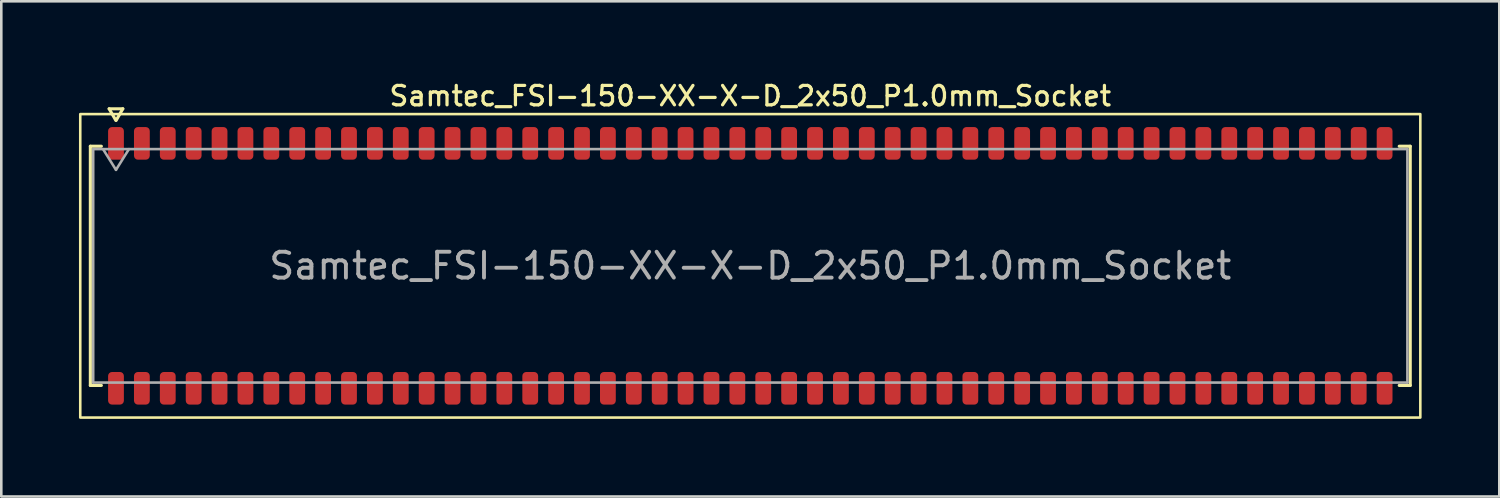
<source format=kicad_pcb>
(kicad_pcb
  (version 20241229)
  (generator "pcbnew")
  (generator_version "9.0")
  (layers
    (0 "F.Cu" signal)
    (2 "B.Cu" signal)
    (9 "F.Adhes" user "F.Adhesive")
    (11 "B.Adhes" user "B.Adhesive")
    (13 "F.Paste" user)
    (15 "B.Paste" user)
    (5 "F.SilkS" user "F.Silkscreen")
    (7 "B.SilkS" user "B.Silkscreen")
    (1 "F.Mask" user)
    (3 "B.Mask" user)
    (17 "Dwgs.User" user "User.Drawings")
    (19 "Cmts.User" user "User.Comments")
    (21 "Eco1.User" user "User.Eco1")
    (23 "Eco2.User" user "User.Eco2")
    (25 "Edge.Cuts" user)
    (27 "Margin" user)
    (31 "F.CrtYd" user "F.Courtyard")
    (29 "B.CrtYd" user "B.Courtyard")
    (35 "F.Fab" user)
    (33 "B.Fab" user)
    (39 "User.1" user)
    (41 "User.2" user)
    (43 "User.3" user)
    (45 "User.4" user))
  (footprint "Samtec_FSI-150-XX-X-D_2x50_P1.0mm_Socket"
    (layer "F.Cu")
    (at 25.93 7.218)
    (property "Reference" "Samtec_FSI-150-XX-X-D_2x50_P1.0mm_Socket" (at 0 -6.56 0) (layer "F.SilkS") (effects (font (size 0.75 0.75) (thickness 0.125))))
    (attr smd)
    (fp_line (start -25.49 -4.619) (end -25.065 -4.619) (stroke (width 0.12) (type solid)) (layer "F.SilkS"))
    (fp_line (start -25.49 4.619) (end -25.49 -4.619) (stroke (width 0.12) (type solid)) (layer "F.SilkS"))
    (fp_line (start -25.065 4.619) (end -25.49 4.619) (stroke (width 0.12) (type solid)) (layer "F.SilkS"))
    (fp_line (start -24.764 -6.066) (end -24.507 -5.62) (stroke (width 0.12) (type solid)) (layer "F.SilkS"))
    (fp_line (start -24.493 -5.62) (end -24.236 -6.066) (stroke (width 0.12) (type solid)) (layer "F.SilkS"))
    (fp_line (start -24.236 -6.066) (end -24.764 -6.066) (stroke (width 0.12) (type solid)) (layer "F.SilkS"))
    (fp_line (start 25.065 -4.619) (end 25.49 -4.619) (stroke (width 0.12) (type solid)) (layer "F.SilkS"))
    (fp_line (start 25.49 -4.619) (end 25.49 4.619) (stroke (width 0.12) (type solid)) (layer "F.SilkS"))
    (fp_line (start 25.49 4.619) (end 25.065 4.619) (stroke (width 0.12) (type solid)) (layer "F.SilkS"))
    (fp_rect (start -25.88 -5.86) (end 25.88 5.86) (stroke (width 0.1) (type solid)) (fill no) (layer "F.SilkS"))
    (fp_line (start -25.38 -4.508) (end 25.38 -4.508) (stroke (width 0.1) (type solid)) (layer "F.Fab"))
    (fp_line (start -25.38 4.508) (end -25.38 -4.508) (stroke (width 0.1) (type solid)) (layer "F.Fab"))
    (fp_line (start -25 -4.508) (end -24.5 -3.708) (stroke (width 0.1) (type solid)) (layer "F.Fab"))
    (fp_line (start -24.5 -3.708) (end -24 -4.508) (stroke (width 0.1) (type solid)) (layer "F.Fab"))
    (fp_line (start 25.38 -4.508) (end 25.38 4.508) (stroke (width 0.1) (type solid)) (layer "F.Fab"))
    (fp_line (start 25.38 4.508) (end -25.38 4.508) (stroke (width 0.1) (type solid)) (layer "F.Fab"))
    (fp_text user "${REFERENCE}" (at 0 0 0) (layer "F.Fab") (effects (font (size 1 1) (thickness 0.15))))
    (pad "1" smd roundrect (at -24.5 -4.73) (size 0.61 1.26) (layers "F.Cu" "F.Mask" "F.Paste") (roundrect_rratio 0.25))
    (pad "2" smd roundrect (at -24.5 4.73) (size 0.61 1.26) (layers "F.Cu" "F.Mask" "F.Paste") (roundrect_rratio 0.25))
    (pad "3" smd roundrect (at -23.5 -4.73) (size 0.61 1.26) (layers "F.Cu" "F.Mask" "F.Paste") (roundrect_rratio 0.25))
    (pad "4" smd roundrect (at -23.5 4.73) (size 0.61 1.26) (layers "F.Cu" "F.Mask" "F.Paste") (roundrect_rratio 0.25))
    (pad "5" smd roundrect (at -22.5 -4.73) (size 0.61 1.26) (layers "F.Cu" "F.Mask" "F.Paste") (roundrect_rratio 0.25))
    (pad "6" smd roundrect (at -22.5 4.73) (size 0.61 1.26) (layers "F.Cu" "F.Mask" "F.Paste") (roundrect_rratio 0.25))
    (pad "7" smd roundrect (at -21.5 -4.73) (size 0.61 1.26) (layers "F.Cu" "F.Mask" "F.Paste") (roundrect_rratio 0.25))
    (pad "8" smd roundrect (at -21.5 4.73) (size 0.61 1.26) (layers "F.Cu" "F.Mask" "F.Paste") (roundrect_rratio 0.25))
    (pad "9" smd roundrect (at -20.5 -4.73) (size 0.61 1.26) (layers "F.Cu" "F.Mask" "F.Paste") (roundrect_rratio 0.25))
    (pad "10" smd roundrect (at -20.5 4.73) (size 0.61 1.26) (layers "F.Cu" "F.Mask" "F.Paste") (roundrect_rratio 0.25))
    (pad "11" smd roundrect (at -19.5 -4.73) (size 0.61 1.26) (layers "F.Cu" "F.Mask" "F.Paste") (roundrect_rratio 0.25))
    (pad "12" smd roundrect (at -19.5 4.73) (size 0.61 1.26) (layers "F.Cu" "F.Mask" "F.Paste") (roundrect_rratio 0.25))
    (pad "13" smd roundrect (at -18.5 -4.73) (size 0.61 1.26) (layers "F.Cu" "F.Mask" "F.Paste") (roundrect_rratio 0.25))
    (pad "14" smd roundrect (at -18.5 4.73) (size 0.61 1.26) (layers "F.Cu" "F.Mask" "F.Paste") (roundrect_rratio 0.25))
    (pad "15" smd roundrect (at -17.5 -4.73) (size 0.61 1.26) (layers "F.Cu" "F.Mask" "F.Paste") (roundrect_rratio 0.25))
    (pad "16" smd roundrect (at -17.5 4.73) (size 0.61 1.26) (layers "F.Cu" "F.Mask" "F.Paste") (roundrect_rratio 0.25))
    (pad "17" smd roundrect (at -16.5 -4.73) (size 0.61 1.26) (layers "F.Cu" "F.Mask" "F.Paste") (roundrect_rratio 0.25))
    (pad "18" smd roundrect (at -16.5 4.73) (size 0.61 1.26) (layers "F.Cu" "F.Mask" "F.Paste") (roundrect_rratio 0.25))
    (pad "19" smd roundrect (at -15.5 -4.73) (size 0.61 1.26) (layers "F.Cu" "F.Mask" "F.Paste") (roundrect_rratio 0.25))
    (pad "20" smd roundrect (at -15.5 4.73) (size 0.61 1.26) (layers "F.Cu" "F.Mask" "F.Paste") (roundrect_rratio 0.25))
    (pad "21" smd roundrect (at -14.5 -4.73) (size 0.61 1.26) (layers "F.Cu" "F.Mask" "F.Paste") (roundrect_rratio 0.25))
    (pad "22" smd roundrect (at -14.5 4.73) (size 0.61 1.26) (layers "F.Cu" "F.Mask" "F.Paste") (roundrect_rratio 0.25))
    (pad "23" smd roundrect (at -13.5 -4.73) (size 0.61 1.26) (layers "F.Cu" "F.Mask" "F.Paste") (roundrect_rratio 0.25))
    (pad "24" smd roundrect (at -13.5 4.73) (size 0.61 1.26) (layers "F.Cu" "F.Mask" "F.Paste") (roundrect_rratio 0.25))
    (pad "25" smd roundrect (at -12.5 -4.73) (size 0.61 1.26) (layers "F.Cu" "F.Mask" "F.Paste") (roundrect_rratio 0.25))
    (pad "26" smd roundrect (at -12.5 4.73) (size 0.61 1.26) (layers "F.Cu" "F.Mask" "F.Paste") (roundrect_rratio 0.25))
    (pad "27" smd roundrect (at -11.5 -4.73) (size 0.61 1.26) (layers "F.Cu" "F.Mask" "F.Paste") (roundrect_rratio 0.25))
    (pad "28" smd roundrect (at -11.5 4.73) (size 0.61 1.26) (layers "F.Cu" "F.Mask" "F.Paste") (roundrect_rratio 0.25))
    (pad "29" smd roundrect (at -10.5 -4.73) (size 0.61 1.26) (layers "F.Cu" "F.Mask" "F.Paste") (roundrect_rratio 0.25))
    (pad "30" smd roundrect (at -10.5 4.73) (size 0.61 1.26) (layers "F.Cu" "F.Mask" "F.Paste") (roundrect_rratio 0.25))
    (pad "31" smd roundrect (at -9.5 -4.73) (size 0.61 1.26) (layers "F.Cu" "F.Mask" "F.Paste") (roundrect_rratio 0.25))
    (pad "32" smd roundrect (at -9.5 4.73) (size 0.61 1.26) (layers "F.Cu" "F.Mask" "F.Paste") (roundrect_rratio 0.25))
    (pad "33" smd roundrect (at -8.5 -4.73) (size 0.61 1.26) (layers "F.Cu" "F.Mask" "F.Paste") (roundrect_rratio 0.25))
    (pad "34" smd roundrect (at -8.5 4.73) (size 0.61 1.26) (layers "F.Cu" "F.Mask" "F.Paste") (roundrect_rratio 0.25))
    (pad "35" smd roundrect (at -7.5 -4.73) (size 0.61 1.26) (layers "F.Cu" "F.Mask" "F.Paste") (roundrect_rratio 0.25))
    (pad "36" smd roundrect (at -7.5 4.73) (size 0.61 1.26) (layers "F.Cu" "F.Mask" "F.Paste") (roundrect_rratio 0.25))
    (pad "37" smd roundrect (at -6.5 -4.73) (size 0.61 1.26) (layers "F.Cu" "F.Mask" "F.Paste") (roundrect_rratio 0.25))
    (pad "38" smd roundrect (at -6.5 4.73) (size 0.61 1.26) (layers "F.Cu" "F.Mask" "F.Paste") (roundrect_rratio 0.25))
    (pad "39" smd roundrect (at -5.5 -4.73) (size 0.61 1.26) (layers "F.Cu" "F.Mask" "F.Paste") (roundrect_rratio 0.25))
    (pad "40" smd roundrect (at -5.5 4.73) (size 0.61 1.26) (layers "F.Cu" "F.Mask" "F.Paste") (roundrect_rratio 0.25))
    (pad "41" smd roundrect (at -4.5 -4.73) (size 0.61 1.26) (layers "F.Cu" "F.Mask" "F.Paste") (roundrect_rratio 0.25))
    (pad "42" smd roundrect (at -4.5 4.73) (size 0.61 1.26) (layers "F.Cu" "F.Mask" "F.Paste") (roundrect_rratio 0.25))
    (pad "43" smd roundrect (at -3.5 -4.73) (size 0.61 1.26) (layers "F.Cu" "F.Mask" "F.Paste") (roundrect_rratio 0.25))
    (pad "44" smd roundrect (at -3.5 4.73) (size 0.61 1.26) (layers "F.Cu" "F.Mask" "F.Paste") (roundrect_rratio 0.25))
    (pad "45" smd roundrect (at -2.5 -4.73) (size 0.61 1.26) (layers "F.Cu" "F.Mask" "F.Paste") (roundrect_rratio 0.25))
    (pad "46" smd roundrect (at -2.5 4.73) (size 0.61 1.26) (layers "F.Cu" "F.Mask" "F.Paste") (roundrect_rratio 0.25))
    (pad "47" smd roundrect (at -1.5 -4.73) (size 0.61 1.26) (layers "F.Cu" "F.Mask" "F.Paste") (roundrect_rratio 0.25))
    (pad "48" smd roundrect (at -1.5 4.73) (size 0.61 1.26) (layers "F.Cu" "F.Mask" "F.Paste") (roundrect_rratio 0.25))
    (pad "49" smd roundrect (at -0.5 -4.73) (size 0.61 1.26) (layers "F.Cu" "F.Mask" "F.Paste") (roundrect_rratio 0.25))
    (pad "50" smd roundrect (at -0.5 4.73) (size 0.61 1.26) (layers "F.Cu" "F.Mask" "F.Paste") (roundrect_rratio 0.25))
    (pad "51" smd roundrect (at 0.5 -4.73) (size 0.61 1.26) (layers "F.Cu" "F.Mask" "F.Paste") (roundrect_rratio 0.25))
    (pad "52" smd roundrect (at 0.5 4.73) (size 0.61 1.26) (layers "F.Cu" "F.Mask" "F.Paste") (roundrect_rratio 0.25))
    (pad "53" smd roundrect (at 1.5 -4.73) (size 0.61 1.26) (layers "F.Cu" "F.Mask" "F.Paste") (roundrect_rratio 0.25))
    (pad "54" smd roundrect (at 1.5 4.73) (size 0.61 1.26) (layers "F.Cu" "F.Mask" "F.Paste") (roundrect_rratio 0.25))
    (pad "55" smd roundrect (at 2.5 -4.73) (size 0.61 1.26) (layers "F.Cu" "F.Mask" "F.Paste") (roundrect_rratio 0.25))
    (pad "56" smd roundrect (at 2.5 4.73) (size 0.61 1.26) (layers "F.Cu" "F.Mask" "F.Paste") (roundrect_rratio 0.25))
    (pad "57" smd roundrect (at 3.5 -4.73) (size 0.61 1.26) (layers "F.Cu" "F.Mask" "F.Paste") (roundrect_rratio 0.25))
    (pad "58" smd roundrect (at 3.5 4.73) (size 0.61 1.26) (layers "F.Cu" "F.Mask" "F.Paste") (roundrect_rratio 0.25))
    (pad "59" smd roundrect (at 4.5 -4.73) (size 0.61 1.26) (layers "F.Cu" "F.Mask" "F.Paste") (roundrect_rratio 0.25))
    (pad "60" smd roundrect (at 4.5 4.73) (size 0.61 1.26) (layers "F.Cu" "F.Mask" "F.Paste") (roundrect_rratio 0.25))
    (pad "61" smd roundrect (at 5.5 -4.73) (size 0.61 1.26) (layers "F.Cu" "F.Mask" "F.Paste") (roundrect_rratio 0.25))
    (pad "62" smd roundrect (at 5.5 4.73) (size 0.61 1.26) (layers "F.Cu" "F.Mask" "F.Paste") (roundrect_rratio 0.25))
    (pad "63" smd roundrect (at 6.5 -4.73) (size 0.61 1.26) (layers "F.Cu" "F.Mask" "F.Paste") (roundrect_rratio 0.25))
    (pad "64" smd roundrect (at 6.5 4.73) (size 0.61 1.26) (layers "F.Cu" "F.Mask" "F.Paste") (roundrect_rratio 0.25))
    (pad "65" smd roundrect (at 7.5 -4.73) (size 0.61 1.26) (layers "F.Cu" "F.Mask" "F.Paste") (roundrect_rratio 0.25))
    (pad "66" smd roundrect (at 7.5 4.73) (size 0.61 1.26) (layers "F.Cu" "F.Mask" "F.Paste") (roundrect_rratio 0.25))
    (pad "67" smd roundrect (at 8.5 -4.73) (size 0.61 1.26) (layers "F.Cu" "F.Mask" "F.Paste") (roundrect_rratio 0.25))
    (pad "68" smd roundrect (at 8.5 4.73) (size 0.61 1.26) (layers "F.Cu" "F.Mask" "F.Paste") (roundrect_rratio 0.25))
    (pad "69" smd roundrect (at 9.5 -4.73) (size 0.61 1.26) (layers "F.Cu" "F.Mask" "F.Paste") (roundrect_rratio 0.25))
    (pad "70" smd roundrect (at 9.5 4.73) (size 0.61 1.26) (layers "F.Cu" "F.Mask" "F.Paste") (roundrect_rratio 0.25))
    (pad "71" smd roundrect (at 10.5 -4.73) (size 0.61 1.26) (layers "F.Cu" "F.Mask" "F.Paste") (roundrect_rratio 0.25))
    (pad "72" smd roundrect (at 10.5 4.73) (size 0.61 1.26) (layers "F.Cu" "F.Mask" "F.Paste") (roundrect_rratio 0.25))
    (pad "73" smd roundrect (at 11.5 -4.73) (size 0.61 1.26) (layers "F.Cu" "F.Mask" "F.Paste") (roundrect_rratio 0.25))
    (pad "74" smd roundrect (at 11.5 4.73) (size 0.61 1.26) (layers "F.Cu" "F.Mask" "F.Paste") (roundrect_rratio 0.25))
    (pad "75" smd roundrect (at 12.5 -4.73) (size 0.61 1.26) (layers "F.Cu" "F.Mask" "F.Paste") (roundrect_rratio 0.25))
    (pad "76" smd roundrect (at 12.5 4.73) (size 0.61 1.26) (layers "F.Cu" "F.Mask" "F.Paste") (roundrect_rratio 0.25))
    (pad "77" smd roundrect (at 13.5 -4.73) (size 0.61 1.26) (layers "F.Cu" "F.Mask" "F.Paste") (roundrect_rratio 0.25))
    (pad "78" smd roundrect (at 13.5 4.73) (size 0.61 1.26) (layers "F.Cu" "F.Mask" "F.Paste") (roundrect_rratio 0.25))
    (pad "79" smd roundrect (at 14.5 -4.73) (size 0.61 1.26) (layers "F.Cu" "F.Mask" "F.Paste") (roundrect_rratio 0.25))
    (pad "80" smd roundrect (at 14.5 4.73) (size 0.61 1.26) (layers "F.Cu" "F.Mask" "F.Paste") (roundrect_rratio 0.25))
    (pad "81" smd roundrect (at 15.5 -4.73) (size 0.61 1.26) (layers "F.Cu" "F.Mask" "F.Paste") (roundrect_rratio 0.25))
    (pad "82" smd roundrect (at 15.5 4.73) (size 0.61 1.26) (layers "F.Cu" "F.Mask" "F.Paste") (roundrect_rratio 0.25))
    (pad "83" smd roundrect (at 16.5 -4.73) (size 0.61 1.26) (layers "F.Cu" "F.Mask" "F.Paste") (roundrect_rratio 0.25))
    (pad "84" smd roundrect (at 16.5 4.73) (size 0.61 1.26) (layers "F.Cu" "F.Mask" "F.Paste") (roundrect_rratio 0.25))
    (pad "85" smd roundrect (at 17.5 -4.73) (size 0.61 1.26) (layers "F.Cu" "F.Mask" "F.Paste") (roundrect_rratio 0.25))
    (pad "86" smd roundrect (at 17.5 4.73) (size 0.61 1.26) (layers "F.Cu" "F.Mask" "F.Paste") (roundrect_rratio 0.25))
    (pad "87" smd roundrect (at 18.5 -4.73) (size 0.61 1.26) (layers "F.Cu" "F.Mask" "F.Paste") (roundrect_rratio 0.25))
    (pad "88" smd roundrect (at 18.5 4.73) (size 0.61 1.26) (layers "F.Cu" "F.Mask" "F.Paste") (roundrect_rratio 0.25))
    (pad "89" smd roundrect (at 19.5 -4.73) (size 0.61 1.26) (layers "F.Cu" "F.Mask" "F.Paste") (roundrect_rratio 0.25))
    (pad "90" smd roundrect (at 19.5 4.73) (size 0.61 1.26) (layers "F.Cu" "F.Mask" "F.Paste") (roundrect_rratio 0.25))
    (pad "91" smd roundrect (at 20.5 -4.73) (size 0.61 1.26) (layers "F.Cu" "F.Mask" "F.Paste") (roundrect_rratio 0.25))
    (pad "92" smd roundrect (at 20.5 4.73) (size 0.61 1.26) (layers "F.Cu" "F.Mask" "F.Paste") (roundrect_rratio 0.25))
    (pad "93" smd roundrect (at 21.5 -4.73) (size 0.61 1.26) (layers "F.Cu" "F.Mask" "F.Paste") (roundrect_rratio 0.25))
    (pad "94" smd roundrect (at 21.5 4.73) (size 0.61 1.26) (layers "F.Cu" "F.Mask" "F.Paste") (roundrect_rratio 0.25))
    (pad "95" smd roundrect (at 22.5 -4.73) (size 0.61 1.26) (layers "F.Cu" "F.Mask" "F.Paste") (roundrect_rratio 0.25))
    (pad "96" smd roundrect (at 22.5 4.73) (size 0.61 1.26) (layers "F.Cu" "F.Mask" "F.Paste") (roundrect_rratio 0.25))
    (pad "97" smd roundrect (at 23.5 -4.73) (size 0.61 1.26) (layers "F.Cu" "F.Mask" "F.Paste") (roundrect_rratio 0.25))
    (pad "98" smd roundrect (at 23.5 4.73) (size 0.61 1.26) (layers "F.Cu" "F.Mask" "F.Paste") (roundrect_rratio 0.25))
    (pad "99" smd roundrect (at 24.5 -4.73) (size 0.61 1.26) (layers "F.Cu" "F.Mask" "F.Paste") (roundrect_rratio 0.25))
    (pad "100" smd roundrect (at 24.5 4.73) (size 0.61 1.26) (layers "F.Cu" "F.Mask" "F.Paste") (roundrect_rratio 0.25)))
  (gr_rect
    (start -3 -3)
    (end 54.86 16.128)
    (stroke (width 0.1) (type default))
    (fill no)
    (layer "Edge.Cuts")))
</source>
